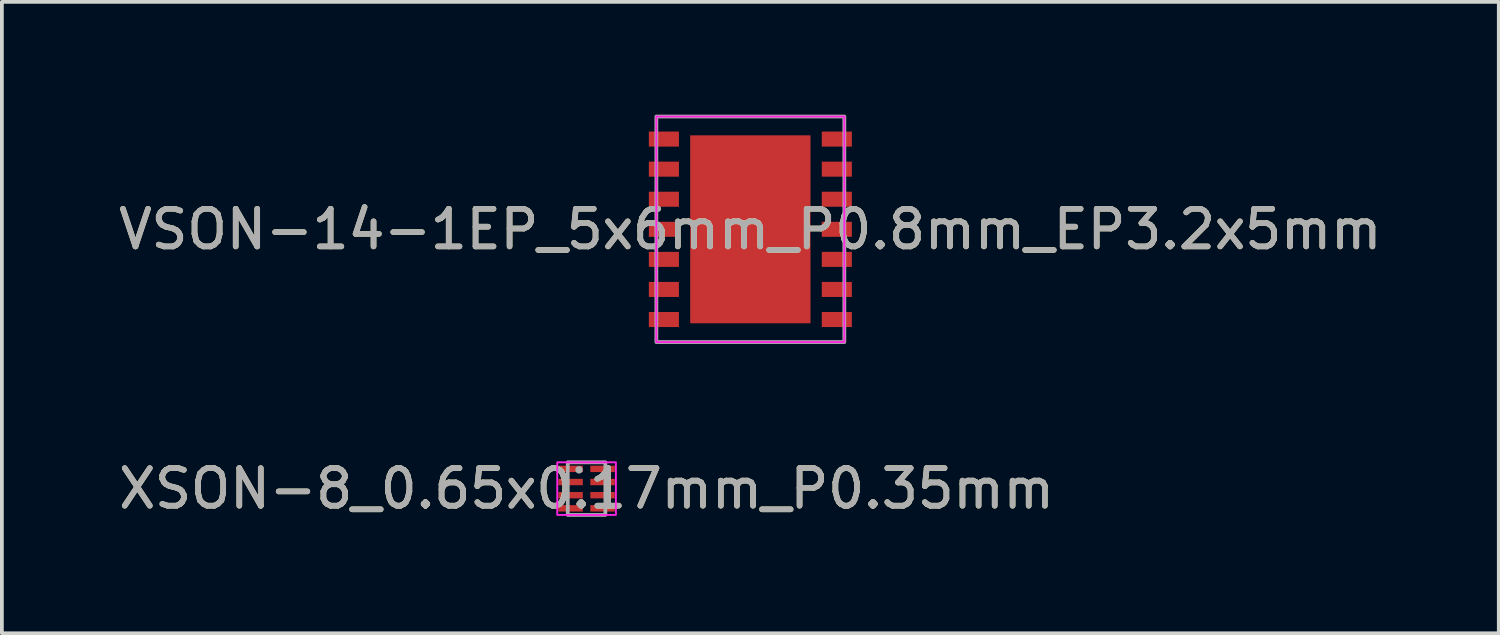
<source format=kicad_pcb>
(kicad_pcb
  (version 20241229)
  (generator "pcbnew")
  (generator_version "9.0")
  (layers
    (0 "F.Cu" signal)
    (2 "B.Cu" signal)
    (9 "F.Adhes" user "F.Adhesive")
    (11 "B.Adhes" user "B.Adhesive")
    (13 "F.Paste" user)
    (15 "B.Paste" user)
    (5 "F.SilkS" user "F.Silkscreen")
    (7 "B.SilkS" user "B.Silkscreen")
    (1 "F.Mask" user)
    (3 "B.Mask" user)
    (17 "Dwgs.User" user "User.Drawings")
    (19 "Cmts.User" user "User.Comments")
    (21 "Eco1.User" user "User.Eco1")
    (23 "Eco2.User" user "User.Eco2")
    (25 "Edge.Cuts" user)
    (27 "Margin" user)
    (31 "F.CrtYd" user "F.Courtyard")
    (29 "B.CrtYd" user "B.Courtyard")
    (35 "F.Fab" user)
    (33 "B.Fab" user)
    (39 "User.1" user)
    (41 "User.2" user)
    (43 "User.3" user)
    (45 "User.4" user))
  (footprint "VSON-14-1EP_5x6mm_P0.8mm_EP3.2x5mm"
    (layer "F.Cu")
    (at 16.911 3.05)
    (property "Reference" "VSON-14-1EP_5x6mm_P0.8mm_EP3.2x5mm" (at 0 0 0) (unlocked yes) (layer "F.SilkS") (effects (font (size 1 1) (thickness 0.15))))
    (attr smd)
    (fp_rect (start -2.5 -3) (end 2.5 3) (stroke (width 0.05) (type default)) (fill no) (layer "F.CrtYd"))
    (fp_rect (start -2.5 -3) (end 2.5 3) (stroke (width 0.1) (type solid)) (fill no) (layer "F.Fab"))
    (fp_text user "${REFERENCE}" (at 0 0 0) (unlocked yes) (layer "F.Fab") (effects (font (size 1 1) (thickness 0.15))))
    (pad "1" smd rect (at -2.3 -2.4 180) (size 0.8 0.4) (layers "F.Cu" "F.Mask" "F.Paste"))
    (pad "2" smd rect (at -2.3 -1.6 180) (size 0.8 0.4) (layers "F.Cu" "F.Mask" "F.Paste"))
    (pad "3" smd rect (at -2.3 -0.8 180) (size 0.8 0.4) (layers "F.Cu" "F.Mask" "F.Paste"))
    (pad "4" smd rect (at -2.3 0 180) (size 0.8 0.4) (layers "F.Cu" "F.Mask" "F.Paste"))
    (pad "5" smd rect (at -2.3 0.8 180) (size 0.8 0.4) (layers "F.Cu" "F.Mask" "F.Paste"))
    (pad "6" smd rect (at -2.3 1.6 180) (size 0.8 0.4) (layers "F.Cu" "F.Mask" "F.Paste"))
    (pad "7" smd rect (at -2.3 2.4 180) (size 0.8 0.4) (layers "F.Cu" "F.Mask" "F.Paste"))
    (pad "8" smd rect (at 2.3 2.4 180) (size 0.8 0.4) (layers "F.Cu" "F.Mask" "F.Paste"))
    (pad "9" smd rect (at 2.3 1.6 180) (size 0.8 0.4) (layers "F.Cu" "F.Mask" "F.Paste"))
    (pad "10" smd rect (at 2.3 0.8 180) (size 0.8 0.4) (layers "F.Cu" "F.Mask" "F.Paste"))
    (pad "11" smd rect (at 2.3 0 180) (size 0.8 0.4) (layers "F.Cu" "F.Mask" "F.Paste"))
    (pad "12" smd rect (at 2.3 -0.8 180) (size 0.8 0.4) (layers "F.Cu" "F.Mask" "F.Paste"))
    (pad "13" smd rect (at 2.3 -1.6 180) (size 0.8 0.4) (layers "F.Cu" "F.Mask" "F.Paste"))
    (pad "14" smd rect (at 2.3 -2.4 180) (size 0.8 0.4) (layers "F.Cu" "F.Mask" "F.Paste"))
    (pad "EP" smd rect (at 0 0 180) (size 3.2 5) (layers "F.Cu" "F.Mask" "F.Paste")))
  (footprint "XSON-8_0.65x0.17mm_P0.35mm"
    (layer "F.Cu")
    (at 12.554 9.948)
    (property "Reference" "XSON-8_0.65x0.17mm_P0.35mm" (at 0 0 0) (unlocked yes) (layer "F.SilkS") (effects (font (size 1 1) (thickness 0.15))))
    (attr smd)
    (fp_rect (start -0.78 -0.7) (end 0.78 0.7) (stroke (width 0.05) (type default)) (fill no) (layer "F.CrtYd"))
    (fp_rect (start -0.5 -0.7) (end 0.5 0.7) (stroke (width 0.1) (type solid)) (fill no) (layer "F.Fab"))
    (fp_circle (center -0.2 -0.5) (end -0.15 -0.5) (stroke (width 0.1) (type solid)) (fill no) (layer "F.Fab"))
    (fp_text user "${REFERENCE}" (at 0 0 0) (unlocked yes) (layer "F.Fab") (effects (font (size 1 1) (thickness 0.15))))
    (pad "1" smd rect (at -0.425 -0.525) (size 0.65 0.17) (layers "F.Cu" "F.Mask" "F.Paste"))
    (pad "2" smd rect (at -0.425 -0.175) (size 0.65 0.17) (layers "F.Cu" "F.Mask" "F.Paste"))
    (pad "3" smd rect (at -0.425 0.175) (size 0.65 0.17) (layers "F.Cu" "F.Mask" "F.Paste"))
    (pad "4" smd rect (at -0.425 0.525) (size 0.65 0.17) (layers "F.Cu" "F.Mask" "F.Paste"))
    (pad "5" smd rect (at 0.425 0.525) (size 0.65 0.17) (layers "F.Cu" "F.Mask" "F.Paste"))
    (pad "6" smd rect (at 0.425 0.175) (size 0.65 0.17) (layers "F.Cu" "F.Mask" "F.Paste"))
    (pad "7" smd rect (at 0.425 -0.175) (size 0.65 0.17) (layers "F.Cu" "F.Mask" "F.Paste"))
    (pad "8" smd rect (at 0.425 -0.525) (size 0.65 0.17) (layers "F.Cu" "F.Mask" "F.Paste")))
  (gr_rect
    (start -3 -3)
    (end 36.821 13.796)
    (stroke (width 0.1) (type default))
    (fill no)
    (layer "Edge.Cuts")))
</source>
